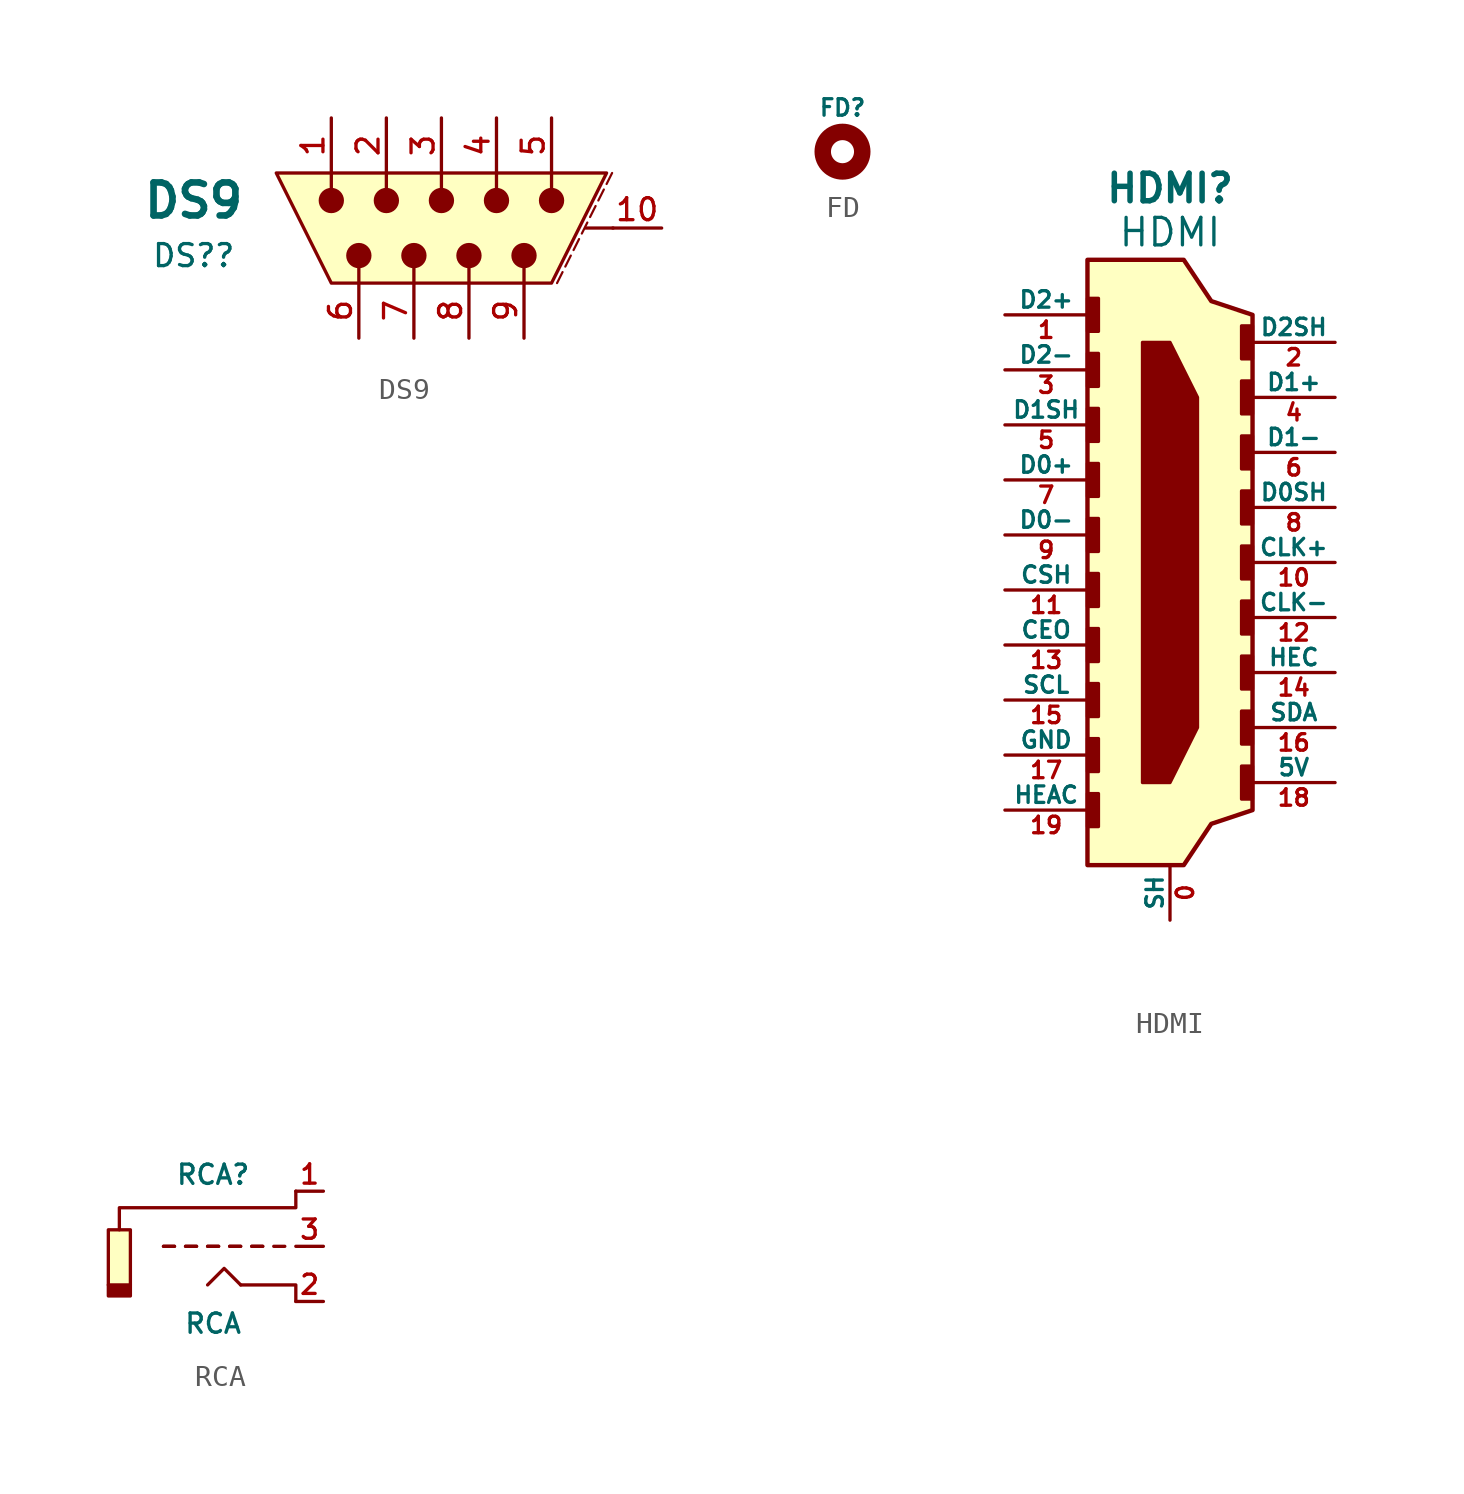
<source format=kicad_sym>
(kicad_symbol_lib
  (version 20231120)
  (generator "kicad_symbol_editor")
  (generator_version "8.0")
  (symbol "DS9"
    (pin_names
      (offset 1.016) hide)
    (property "Reference" "DS?"
      (at -11.43 -1.27 0)
      (effects (font (size 1.016 1.016))))
    (property "Value" "DS9"
      (at -11.43 1.27 0)
      (effects (font (size 1.524 1.524) (bold yes))))
    (symbol "DS9_0_1"
      (circle (center -5.08 1.27) (radius 0.508) (stroke (width 0) (type solid)) (fill (type outline)))
      (circle (center -3.81 -1.27) (radius 0.508) (stroke (width 0) (type solid)) (fill (type outline)))
      (circle (center -2.54 1.27) (radius 0.508) (stroke (width 0) (type solid)) (fill (type outline)))
      (circle (center -1.27 -1.27) (radius 0.508) (stroke (width 0) (type solid)) (fill (type outline)))
      (polyline (pts (xy -5.08 2.54) (xy -5.08 1.27)) (stroke (width 0) (type solid)) (fill (type none)))
      (polyline (pts (xy -3.81 -2.54) (xy -3.81 -1.27)) (stroke (width 0) (type solid)) (fill (type none)))
      (polyline (pts (xy -2.54 1.27) (xy -2.54 2.54)) (stroke (width 0) (type solid)) (fill (type none)))
      (polyline (pts (xy -1.27 -2.54) (xy -1.27 -1.27)) (stroke (width 0) (type solid)) (fill (type none)))
      (polyline (pts (xy 0 1.27) (xy 0 2.54)) (stroke (width 0) (type solid)) (fill (type none)))
      (polyline (pts (xy 1.27 -2.54) (xy 1.27 -1.27)) (stroke (width 0) (type solid)) (fill (type none)))
      (polyline (pts (xy 2.54 1.27) (xy 2.54 2.54)) (stroke (width 0) (type solid)) (fill (type none)))
      (polyline (pts (xy 3.81 -2.54) (xy 3.81 -1.27)) (stroke (width 0) (type solid)) (fill (type none)))
      (polyline (pts (xy 5.08 1.27) (xy 5.08 2.54)) (stroke (width 0) (type solid)) (fill (type none)))
      (polyline (pts (xy 5.588 -2.032) (xy 5.334 -2.54)) (stroke (width 0.102) (type solid)) (fill (type none)))
      (polyline (pts (xy 5.969 -1.27) (xy 5.715 -1.778)) (stroke (width 0.102) (type solid)) (fill (type none)))
      (polyline (pts (xy 6.35 -0.508) (xy 6.096 -1.016)) (stroke (width 0.102) (type solid)) (fill (type none)))
      (polyline (pts (xy 6.655 0) (xy 7.925 0)) (stroke (width 0) (type solid)) (fill (type none)))
      (polyline (pts (xy 6.731 0.254) (xy 6.477 -0.254)) (stroke (width 0.102) (type solid)) (fill (type none)))
      (polyline (pts (xy 6.858 0.508) (xy 7.112 1.016)) (stroke (width 0.102) (type solid)) (fill (type none)))
      (polyline (pts (xy 7.239 1.27) (xy 7.493 1.778)) (stroke (width 0.102) (type solid)) (fill (type none)))
      (polyline (pts (xy 7.62 2.032) (xy 7.874 2.54)) (stroke (width 0.102) (type solid)) (fill (type none)))
      (polyline (pts (xy 5.08 -2.54) (xy -5.08 -2.54) (xy -7.62 2.54) (xy 7.62 2.54) (xy 5.08 -2.54)) (stroke (width 0) (type solid)) (fill (type background)))
      (circle (center 0 1.27) (radius 0.508) (stroke (width 0) (type solid)) (fill (type outline)))
      (circle (center 1.27 -1.27) (radius 0.508) (stroke (width 0) (type solid)) (fill (type outline)))
      (circle (center 2.54 1.27) (radius 0.508) (stroke (width 0) (type solid)) (fill (type outline)))
      (circle (center 3.81 -1.27) (radius 0.508) (stroke (width 0) (type solid)) (fill (type outline)))
      (circle (center 5.08 1.27) (radius 0.508) (stroke (width 0) (type solid)) (fill (type outline))))
    (symbol "DS9_1_1"
      (pin passive line (at -5.08 5.08 270) (length 2.54) (name "1" (effects (font (size 1.016 1.016)))) (number "1" (effects (font (size 1.016 1.016)))))
      (pin passive line (at 10.16 0 180) (length 2.261) (name "10" (effects (font (size 1.016 1.016)))) (number "10" (effects (font (size 1.016 1.016)))))
      (pin passive line (at -2.54 5.08 270) (length 2.54) (name "2" (effects (font (size 1.016 1.016)))) (number "2" (effects (font (size 1.016 1.016)))))
      (pin passive line (at 0 5.08 270) (length 2.54) (name "3" (effects (font (size 1.016 1.016)))) (number "3" (effects (font (size 1.016 1.016)))))
      (pin passive line (at 2.54 5.08 270) (length 2.54) (name "4" (effects (font (size 1.016 1.016)))) (number "4" (effects (font (size 1.016 1.016)))))
      (pin passive line (at 5.08 5.08 270) (length 2.54) (name "5" (effects (font (size 1.016 1.016)))) (number "5" (effects (font (size 1.016 1.016)))))
      (pin passive line (at -3.81 -5.08 90) (length 2.54) (name "6" (effects (font (size 1.016 1.016)))) (number "6" (effects (font (size 1.016 1.016)))))
      (pin passive line (at -1.27 -5.08 90) (length 2.54) (name "7" (effects (font (size 1.016 1.016)))) (number "7" (effects (font (size 1.016 1.016)))))
      (pin passive line (at 1.27 -5.08 90) (length 2.54) (name "8" (effects (font (size 1.016 1.016)))) (number "8" (effects (font (size 1.016 1.016)))))
      (pin passive line (at 3.81 -5.08 90) (length 2.54) (name "9" (effects (font (size 1.016 1.016)))) (number "9" (effects (font (size 1.016 1.016)))))))
  (symbol "FD"
    (pin_numbers hide)
    (pin_names
      (offset 0) hide)
    (property "Reference" "FD"
      (at 0 2.032 0)
      (effects (font (size 0.762 0.762))))
    (symbol "FD_0_1"
      (circle (center 0 0) (radius 0.914) (stroke (width 0.762) (type solid)) (fill (type none)))))
  (symbol "HDMI"
    (pin_names
      (offset 0))
    (property "Reference" "HDMI"
      (at 0 17.272 0)
      (effects (font (size 1.27 1.27) (bold yes))))
    (property "Value" "HDMI"
      (at 0 15.24 0)
      (effects (font (size 1.27 1.27))))
    (symbol "HDMI_0_1"
      (polyline (pts (xy -1.27 10.16) (xy 0 10.16) (xy 1.27 7.62) (xy 1.27 -7.62) (xy 0 -10.16) (xy -1.27 -10.16) (xy -1.27 10.16)) (stroke (width 0) (type default)) (fill (type outline))))
    (symbol "HDMI_1_1"
      (rectangle (start -3.81 -10.668) (end -3.302 -12.192) (stroke (width 0) (type default)) (fill (type outline)))
      (rectangle (start -3.81 -8.128) (end -3.302 -9.652) (stroke (width 0) (type default)) (fill (type outline)))
      (rectangle (start -3.81 -5.588) (end -3.302 -7.112) (stroke (width 0) (type default)) (fill (type outline)))
      (rectangle (start -3.81 -3.048) (end -3.302 -4.572) (stroke (width 0) (type default)) (fill (type outline)))
      (rectangle (start -3.81 -0.508) (end -3.302 -2.032) (stroke (width 0) (type default)) (fill (type outline)))
      (rectangle (start -3.81 2.032) (end -3.302 0.508) (stroke (width 0) (type default)) (fill (type outline)))
      (rectangle (start -3.81 4.572) (end -3.302 3.048) (stroke (width 0) (type default)) (fill (type outline)))
      (rectangle (start -3.81 7.112) (end -3.302 5.588) (stroke (width 0) (type default)) (fill (type outline)))
      (rectangle (start -3.81 9.652) (end -3.302 8.128) (stroke (width 0) (type default)) (fill (type outline)))
      (rectangle (start -3.81 12.192) (end -3.302 10.668) (stroke (width 0) (type default)) (fill (type outline)))
      (polyline (pts (xy -3.81 13.97) (xy -3.81 -13.97) (xy 0.635 -13.97) (xy 1.905 -12.065) (xy 3.81 -11.43) (xy 3.81 11.43) (xy 1.905 12.065) (xy 0.635 13.97) (xy -3.81 13.97)) (stroke (width 0.203) (type default)) (fill (type background)))
      (rectangle (start 3.302 -9.398) (end 3.81 -10.922) (stroke (width 0) (type default)) (fill (type outline)))
      (rectangle (start 3.302 -6.858) (end 3.81 -8.382) (stroke (width 0) (type default)) (fill (type outline)))
      (rectangle (start 3.302 -4.318) (end 3.81 -5.842) (stroke (width 0) (type default)) (fill (type outline)))
      (rectangle (start 3.302 -1.778) (end 3.81 -3.302) (stroke (width 0) (type default)) (fill (type outline)))
      (rectangle (start 3.302 0.762) (end 3.81 -0.762) (stroke (width 0) (type default)) (fill (type outline)))
      (rectangle (start 3.302 3.302) (end 3.81 1.778) (stroke (width 0) (type default)) (fill (type outline)))
      (rectangle (start 3.302 5.842) (end 3.81 4.318) (stroke (width 0) (type default)) (fill (type outline)))
      (rectangle (start 3.302 8.382) (end 3.81 6.858) (stroke (width 0) (type default)) (fill (type outline)))
      (rectangle (start 3.302 10.922) (end 3.81 9.398) (stroke (width 0) (type default)) (fill (type outline)))
      (pin passive line (at 0 -16.51 90) (length 2.54) (name "SH" (effects (font (size 0.762 0.762)))) (number "0" (effects (font (size 0.762 0.762)))))
      (pin passive line (at -7.62 11.43 0) (length 3.81) (name "D2+" (effects (font (size 0.762 0.762)))) (number "1" (effects (font (size 0.762 0.762)))))
      (pin passive line (at 7.62 0 180) (length 3.81) (name "CLK+" (effects (font (size 0.762 0.762)))) (number "10" (effects (font (size 0.762 0.762)))))
      (pin passive line (at -7.62 -1.27 0) (length 3.81) (name "CSH" (effects (font (size 0.762 0.762)))) (number "11" (effects (font (size 0.762 0.762)))))
      (pin passive line (at 7.62 -2.54 180) (length 3.81) (name "CLK-" (effects (font (size 0.762 0.762)))) (number "12" (effects (font (size 0.762 0.762)))))
      (pin passive line (at -7.62 -3.81 0) (length 3.81) (name "CEO" (effects (font (size 0.762 0.762)))) (number "13" (effects (font (size 0.762 0.762)))))
      (pin passive line (at 7.62 -5.08 180) (length 3.81) (name "HEC" (effects (font (size 0.762 0.762)))) (number "14" (effects (font (size 0.762 0.762)))))
      (pin passive line (at -7.62 -6.35 0) (length 3.81) (name "SCL" (effects (font (size 0.762 0.762)))) (number "15" (effects (font (size 0.762 0.762)))))
      (pin passive line (at 7.62 -7.62 180) (length 3.81) (name "SDA" (effects (font (size 0.762 0.762)))) (number "16" (effects (font (size 0.762 0.762)))))
      (pin passive line (at -7.62 -8.89 0) (length 3.81) (name "GND" (effects (font (size 0.762 0.762)))) (number "17" (effects (font (size 0.762 0.762)))))
      (pin passive line (at 7.62 -10.16 180) (length 3.81) (name "5V" (effects (font (size 0.762 0.762)))) (number "18" (effects (font (size 0.762 0.762)))))
      (pin passive line (at -7.62 -11.43 0) (length 3.81) (name "HEAC" (effects (font (size 0.762 0.762)))) (number "19" (effects (font (size 0.762 0.762)))))
      (pin passive line (at 7.62 10.16 180) (length 3.81) (name "D2SH" (effects (font (size 0.762 0.762)))) (number "2" (effects (font (size 0.762 0.762)))))
      (pin passive line (at -7.62 8.89 0) (length 3.81) (name "D2-" (effects (font (size 0.762 0.762)))) (number "3" (effects (font (size 0.762 0.762)))))
      (pin passive line (at 7.62 7.62 180) (length 3.81) (name "D1+" (effects (font (size 0.762 0.762)))) (number "4" (effects (font (size 0.762 0.762)))))
      (pin passive line (at -7.62 6.35 0) (length 3.81) (name "D1SH" (effects (font (size 0.762 0.762)))) (number "5" (effects (font (size 0.762 0.762)))))
      (pin passive line (at 7.62 5.08 180) (length 3.81) (name "D1-" (effects (font (size 0.762 0.762)))) (number "6" (effects (font (size 0.762 0.762)))))
      (pin passive line (at -7.62 3.81 0) (length 3.81) (name "D0+" (effects (font (size 0.762 0.762)))) (number "7" (effects (font (size 0.762 0.762)))))
      (pin passive line (at 7.62 2.54 180) (length 3.81) (name "D0SH" (effects (font (size 0.762 0.762)))) (number "8" (effects (font (size 0.762 0.762)))))
      (pin passive line (at -7.62 1.27 0) (length 3.81) (name "D0-" (effects (font (size 0.762 0.762)))) (number "9" (effects (font (size 0.762 0.762)))))))
  (symbol "RCA"
    (pin_names
      (offset 1.524) hide)
    (property "Reference" "RCA"
      (at 0 3.302 0)
      (effects (font (size 0.889 0.889))))
    (property "Value" "RCA"
      (at 0 -3.556 0)
      (effects (font (size 0.889 0.889))))
    (symbol "RCA_0_1"
      (rectangle (start -1.778 0) (end -2.286 0) (stroke (width 0) (type solid)) (fill (type none)))
      (rectangle (start -1.778 0) (end -2.286 0) (stroke (width 0) (type solid)) (fill (type none)))
      (rectangle (start -0.762 0) (end -1.27 0) (stroke (width 0) (type solid)) (fill (type none)))
      (rectangle (start -0.762 0) (end -1.27 0) (stroke (width 0) (type solid)) (fill (type none)))
      (polyline (pts (xy 1.27 -1.778) (xy 0.508 -1.016) (xy -0.254 -1.778)) (stroke (width 0) (type solid)) (fill (type none)))
      (polyline (pts (xy 1.27 -1.778) (xy 3.81 -1.778) (xy 3.81 -2.54)) (stroke (width 0) (type solid)) (fill (type none)))
      (polyline (pts (xy -4.826 -1.778) (xy -4.826 -2.286) (xy -3.81 -2.286) (xy -3.81 -1.778)) (stroke (width 0) (type solid)) (fill (type outline)))
      (polyline (pts (xy 3.81 2.54) (xy 3.81 1.778) (xy -4.318 1.778) (xy -4.318 0.762)) (stroke (width 0) (type solid)) (fill (type none)))
      (polyline (pts (xy -4.826 0.762) (xy -3.81 0.762) (xy -3.81 -1.778) (xy -4.826 -1.778) (xy -4.826 0.762)) (stroke (width 0) (type solid)) (fill (type background)))
      (rectangle (start 0.254 0) (end -0.254 0) (stroke (width 0) (type solid)) (fill (type none)))
      (rectangle (start 0.254 0) (end -0.254 0) (stroke (width 0) (type solid)) (fill (type none)))
      (rectangle (start 1.27 0) (end 0.762 0) (stroke (width 0) (type solid)) (fill (type none)))
      (rectangle (start 1.27 0) (end 0.762 0) (stroke (width 0) (type solid)) (fill (type none)))
      (rectangle (start 2.286 0) (end 1.778 0) (stroke (width 0) (type solid)) (fill (type none)))
      (rectangle (start 2.286 0) (end 1.778 0) (stroke (width 0) (type solid)) (fill (type none)))
      (rectangle (start 3.302 0) (end 2.794 0) (stroke (width 0) (type solid)) (fill (type none))))
    (symbol "RCA_1_1"
      (pin passive line (at 5.08 2.54 180) (length 1.27) (name "1" (effects (font (size 0.889 0.889)))) (number "1" (effects (font (size 0.889 0.889)))))
      (pin passive line (at 5.08 -2.54 180) (length 1.27) (name "2" (effects (font (size 0.889 0.889)))) (number "2" (effects (font (size 0.889 0.889)))))
      (pin passive line (at 5.08 0 180) (length 1.27) (name "3" (effects (font (size 0.889 0.889)))) (number "3" (effects (font (size 0.889 0.889))))))))
</source>
